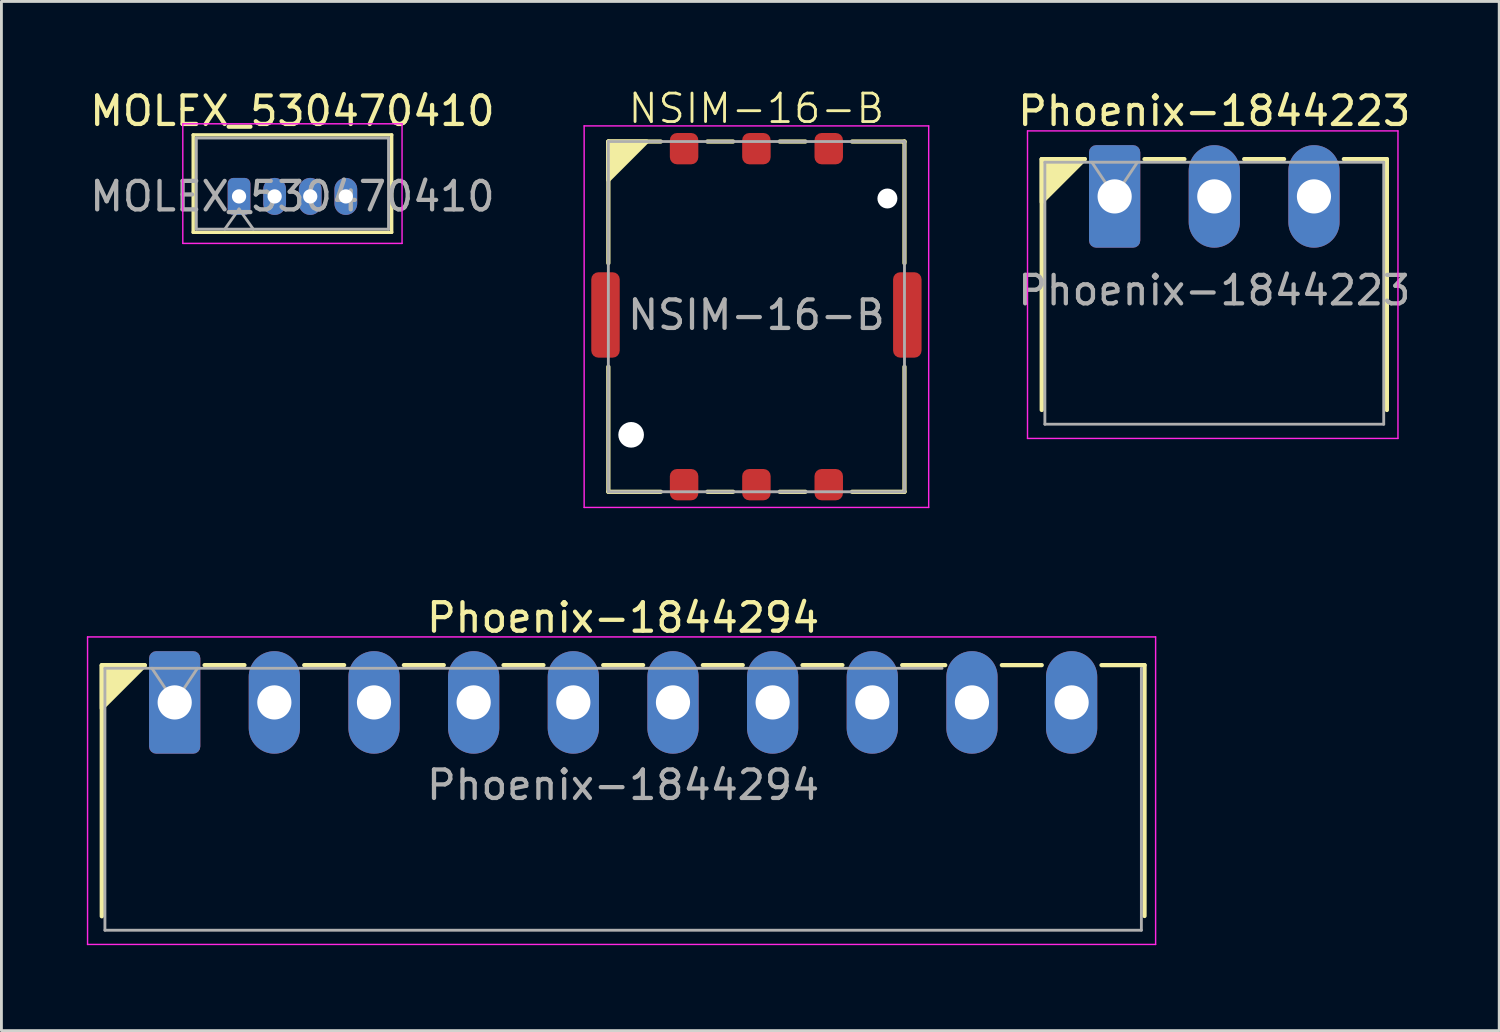
<source format=kicad_pcb>
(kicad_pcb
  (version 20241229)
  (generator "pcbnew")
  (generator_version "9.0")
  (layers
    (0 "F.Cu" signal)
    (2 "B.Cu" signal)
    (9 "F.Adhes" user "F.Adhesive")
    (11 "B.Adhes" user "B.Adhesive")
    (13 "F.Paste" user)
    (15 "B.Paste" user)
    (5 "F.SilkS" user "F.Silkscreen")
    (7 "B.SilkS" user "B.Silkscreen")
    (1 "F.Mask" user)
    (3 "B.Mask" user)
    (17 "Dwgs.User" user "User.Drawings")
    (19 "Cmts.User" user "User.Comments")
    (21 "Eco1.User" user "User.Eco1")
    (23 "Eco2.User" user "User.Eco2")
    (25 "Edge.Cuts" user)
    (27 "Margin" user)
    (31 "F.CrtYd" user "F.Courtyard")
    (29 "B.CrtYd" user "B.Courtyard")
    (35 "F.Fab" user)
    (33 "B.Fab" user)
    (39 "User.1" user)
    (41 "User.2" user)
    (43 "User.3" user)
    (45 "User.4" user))
  (footprint "Phoenix-1844294"
    (layer "F.Cu")
    (at 18.835 21.619)
    (property "Reference" "Phoenix-1844294" (at 0 -2.975 0) (layer "F.SilkS") (effects (font (size 1 1) (thickness 0.15))))
    (attr through_hole)
    (fp_line (start -18.31 -1.31) (end -16.8 -1.31) (stroke (width 0.15) (type solid)) (layer "F.SilkS"))
    (fp_line (start -18.31 -1.3) (end -18.31 7.51) (stroke (width 0.15) (type solid)) (layer "F.SilkS"))
    (fp_line (start -14.7 -1.31) (end -13.3 -1.31) (stroke (width 0.15) (type solid)) (layer "F.SilkS"))
    (fp_line (start -11.2 -1.31) (end -9.8 -1.31) (stroke (width 0.15) (type solid)) (layer "F.SilkS"))
    (fp_line (start -7.7 -1.31) (end -6.3 -1.31) (stroke (width 0.15) (type solid)) (layer "F.SilkS"))
    (fp_line (start -4.2 -1.31) (end -2.8 -1.31) (stroke (width 0.15) (type solid)) (layer "F.SilkS"))
    (fp_line (start -0.7 -1.31) (end 0.7 -1.31) (stroke (width 0.15) (type solid)) (layer "F.SilkS"))
    (fp_line (start 2.8 -1.31) (end 4.2 -1.31) (stroke (width 0.15) (type solid)) (layer "F.SilkS"))
    (fp_line (start 6.3 -1.31) (end 7.7 -1.31) (stroke (width 0.15) (type solid)) (layer "F.SilkS"))
    (fp_line (start 11.31 -1.31) (end 9.8 -1.31) (stroke (width 0.15) (type solid)) (layer "F.SilkS"))
    (fp_line (start 13.3 -1.31) (end 14.7 -1.31) (stroke (width 0.15) (type solid)) (layer "F.SilkS"))
    (fp_line (start 18.31 -1.31) (end 16.8 -1.31) (stroke (width 0.15) (type solid)) (layer "F.SilkS"))
    (fp_line (start 18.31 -1.31) (end 18.31 7.5) (stroke (width 0.15) (type solid)) (layer "F.SilkS"))
    (fp_poly (pts (xy -16.8 -1.3) (xy -18.31 -1.3) (xy -18.31 0.21)) (stroke (width 0.15) (type solid)) (fill yes) (layer "F.SilkS"))
    (fp_line (start -18.81 -2.3) (end -18.81 8.5) (stroke (width 0.05) (type solid)) (layer "F.CrtYd"))
    (fp_line (start -18.81 8.5) (end 18.7 8.5) (stroke (width 0.05) (type solid)) (layer "F.CrtYd"))
    (fp_line (start 18.7 -2.3) (end -18.81 -2.3) (stroke (width 0.05) (type solid)) (layer "F.CrtYd"))
    (fp_line (start 18.7 8.5) (end 18.7 -2.3) (stroke (width 0.05) (type solid)) (layer "F.CrtYd"))
    (fp_line (start -18.2 -1.2) (end -18.2 8) (stroke (width 0.1) (type solid)) (layer "F.Fab"))
    (fp_line (start -18.2 8) (end 18.2 8) (stroke (width 0.1) (type solid)) (layer "F.Fab"))
    (fp_line (start -15.75 0) (end -16.55 -1.2) (stroke (width 0.1) (type solid)) (layer "F.Fab"))
    (fp_line (start -14.95 -1.2) (end -15.75 0) (stroke (width 0.1) (type solid)) (layer "F.Fab"))
    (fp_line (start 11.2 -1.2) (end -18.2 -1.2) (stroke (width 0.1) (type solid)) (layer "F.Fab"))
    (fp_line (start 18.2 8) (end 18.2 -1.2) (stroke (width 0.1) (type solid)) (layer "F.Fab"))
    (fp_text user "${REFERENCE}" (at 0 2.9 0) (layer "F.Fab") (effects (font (size 1 1) (thickness 0.15))))
    (pad "1" thru_hole roundrect (at -15.75 0) (size 1.8 3.6) (drill 1.2) (layers "*.Cu" "*.Mask") (roundrect_rratio 0.139))
    (pad "2" thru_hole oval (at -12.25 0) (size 1.8 3.6) (drill 1.2) (layers "*.Cu" "*.Mask"))
    (pad "3" thru_hole oval (at -8.75 0) (size 1.8 3.6) (drill 1.2) (layers "*.Cu" "*.Mask"))
    (pad "4" thru_hole oval (at -5.25 0) (size 1.8 3.6) (drill 1.2) (layers "*.Cu" "*.Mask"))
    (pad "5" thru_hole oval (at -1.75 0) (size 1.8 3.6) (drill 1.2) (layers "*.Cu" "*.Mask"))
    (pad "6" thru_hole oval (at 1.75 0) (size 1.8 3.6) (drill 1.2) (layers "*.Cu" "*.Mask"))
    (pad "7" thru_hole oval (at 5.25 0) (size 1.8 3.6) (drill 1.2) (layers "*.Cu" "*.Mask"))
    (pad "8" thru_hole oval (at 8.75 0) (size 1.8 3.6) (drill 1.2) (layers "*.Cu" "*.Mask"))
    (pad "9" thru_hole oval (at 12.25 0) (size 1.8 3.6) (drill 1.2) (layers "*.Cu" "*.Mask"))
    (pad "10" thru_hole oval (at 15.75 0) (size 1.8 3.6) (drill 1.2) (layers "*.Cu" "*.Mask")))
  (footprint "Phoenix-1844223"
    (layer "F.Cu")
    (at 39.596 3.848)
    (property "Reference" "Phoenix-1844223" (at 0 -3 0) (layer "F.SilkS") (effects (font (size 1 1) (thickness 0.15))))
    (attr through_hole)
    (fp_line (start -6.06 -1.31) (end -6.06 7.5) (stroke (width 0.15) (type solid)) (layer "F.SilkS"))
    (fp_line (start -6.06 -1.31) (end -4.55 -1.31) (stroke (width 0.15) (type solid)) (layer "F.SilkS"))
    (fp_line (start -2.45 -1.31) (end -1.05 -1.31) (stroke (width 0.15) (type solid)) (layer "F.SilkS"))
    (fp_line (start 1.05 -1.31) (end 2.45 -1.31) (stroke (width 0.15) (type solid)) (layer "F.SilkS"))
    (fp_line (start 6.06 -1.31) (end 4.55 -1.31) (stroke (width 0.15) (type solid)) (layer "F.SilkS"))
    (fp_line (start 6.06 7.5) (end 6.06 -1.31) (stroke (width 0.15) (type solid)) (layer "F.SilkS"))
    (fp_poly (pts (xy -4.55 -1.31) (xy -6.06 -1.31) (xy -6.06 0.2)) (stroke (width 0.15) (type solid)) (fill yes) (layer "F.SilkS"))
    (fp_line (start -6.56 -2.3) (end -6.56 8.5) (stroke (width 0.05) (type solid)) (layer "F.CrtYd"))
    (fp_line (start -6.56 8.5) (end 6.45 8.5) (stroke (width 0.05) (type solid)) (layer "F.CrtYd"))
    (fp_line (start 6.45 -2.3) (end -6.56 -2.3) (stroke (width 0.05) (type solid)) (layer "F.CrtYd"))
    (fp_line (start 6.45 8.5) (end 6.45 -2.3) (stroke (width 0.05) (type solid)) (layer "F.CrtYd"))
    (fp_line (start -5.95 -1.2) (end -5.95 8) (stroke (width 0.1) (type solid)) (layer "F.Fab"))
    (fp_line (start -5.95 8) (end 5.95 8) (stroke (width 0.1) (type solid)) (layer "F.Fab"))
    (fp_line (start -3.5 0) (end -4.3 -1.2) (stroke (width 0.1) (type solid)) (layer "F.Fab"))
    (fp_line (start -2.7 -1.2) (end -3.5 0) (stroke (width 0.1) (type solid)) (layer "F.Fab"))
    (fp_line (start 5.95 -1.2) (end -5.95 -1.2) (stroke (width 0.1) (type solid)) (layer "F.Fab"))
    (fp_line (start 5.95 8) (end 5.95 -1.2) (stroke (width 0.1) (type solid)) (layer "F.Fab"))
    (fp_text user "${REFERENCE}" (at 0 3.3 0) (layer "F.Fab") (effects (font (size 1 1) (thickness 0.15))))
    (pad "1" thru_hole roundrect (at -3.5 0) (size 1.8 3.6) (drill 1.2) (layers "*.Cu" "*.Mask") (roundrect_rratio 0.139))
    (pad "2" thru_hole oval (at 0 0) (size 1.8 3.6) (drill 1.2) (layers "*.Cu" "*.Mask"))
    (pad "3" thru_hole oval (at 3.5 0) (size 1.8 3.6) (drill 1.2) (layers "*.Cu" "*.Mask")))
  (footprint "NSIM-16-B"
    (layer "F.Cu")
    (at 23.515 8.011)
    (property "Reference" "NSIM-16-B" (at 0 -7.25 0) (unlocked yes) (layer "F.SilkS") (effects (font (size 1 1) (thickness 0.1))))
    (attr smd)
    (fp_line (start -5.2 -6.09) (end -3.36 -6.09) (stroke (width 0.15) (type solid)) (layer "F.SilkS"))
    (fp_line (start -5.2 -1.82) (end -5.2 -6.09) (stroke (width 0.15) (type solid)) (layer "F.SilkS"))
    (fp_line (start -5.2 6.21) (end -5.2 1.82) (stroke (width 0.15) (type solid)) (layer "F.SilkS"))
    (fp_line (start -5.2 6.21) (end -3.36 6.21) (stroke (width 0.15) (type solid)) (layer "F.SilkS"))
    (fp_line (start -1.72 -6.09) (end -0.82 -6.09) (stroke (width 0.15) (type solid)) (layer "F.SilkS"))
    (fp_line (start -1.72 6.21) (end -0.82 6.21) (stroke (width 0.15) (type solid)) (layer "F.SilkS"))
    (fp_line (start 0.82 -6.09) (end 1.72 -6.09) (stroke (width 0.15) (type solid)) (layer "F.SilkS"))
    (fp_line (start 0.82 6.21) (end 1.72 6.21) (stroke (width 0.15) (type solid)) (layer "F.SilkS"))
    (fp_line (start 3.36 -6.09) (end 5.2 -6.09) (stroke (width 0.15) (type solid)) (layer "F.SilkS"))
    (fp_line (start 3.36 6.21) (end 5.2 6.21) (stroke (width 0.15) (type solid)) (layer "F.SilkS"))
    (fp_line (start 5.2 -6.09) (end 5.2 -1.82) (stroke (width 0.15) (type solid)) (layer "F.SilkS"))
    (fp_line (start 5.2 1.82) (end 5.2 6.21) (stroke (width 0.15) (type solid)) (layer "F.SilkS"))
    (fp_poly (pts (xy -5.2 -6.09) (xy -5.2 -4.74) (xy -3.85 -6.09)) (stroke (width 0.15) (type solid)) (fill yes) (layer "F.SilkS"))
    (fp_line (start -6.05 -6.64) (end 6.05 -6.64) (stroke (width 0.05) (type solid)) (layer "F.CrtYd"))
    (fp_line (start -6.05 6.76) (end -6.05 -6.64) (stroke (width 0.05) (type solid)) (layer "F.CrtYd"))
    (fp_line (start 6.05 -6.64) (end 6.05 6.76) (stroke (width 0.05) (type solid)) (layer "F.CrtYd"))
    (fp_line (start 6.05 6.76) (end -6.05 6.76) (stroke (width 0.05) (type solid)) (layer "F.CrtYd"))
    (fp_line (start -5.2 -6.09) (end 5.2 -6.09) (stroke (width 0.1) (type solid)) (layer "F.Fab"))
    (fp_line (start -5.2 6.21) (end -5.2 -6.09) (stroke (width 0.1) (type solid)) (layer "F.Fab"))
    (fp_line (start 5.2 -6.09) (end 5.2 6.21) (stroke (width 0.1) (type solid)) (layer "F.Fab"))
    (fp_line (start 5.2 6.21) (end -5.2 6.21) (stroke (width 0.1) (type solid)) (layer "F.Fab"))
    (fp_text user "${REFERENCE}" (at 0 0 0) (unlocked yes) (layer "F.Fab") (effects (font (size 1 1) (thickness 0.15))))
    (pad "" np_thru_hole circle (at -4.4 4.21) (size 0.9 0.9) (drill 0.9) (layers "*.Cu" "*.Mask"))
    (pad "" np_thru_hole circle (at 4.6 -4.09) (size 0.7 0.7) (drill 0.7) (layers "*.Cu" "*.Mask"))
    (pad "C1" smd roundrect (at 2.54 5.96) (size 1 1.1) (layers "F.Cu" "F.Mask" "F.Paste") (roundrect_rratio 0.25))
    (pad "C2" smd roundrect (at 0 5.96) (size 1 1.1) (layers "F.Cu" "F.Mask" "F.Paste") (roundrect_rratio 0.25))
    (pad "C3" smd roundrect (at -2.54 5.96) (size 1 1.1) (layers "F.Cu" "F.Mask" "F.Paste") (roundrect_rratio 0.25))
    (pad "C5" smd roundrect (at 2.54 -5.84) (size 1 1.1) (layers "F.Cu" "F.Mask" "F.Paste") (roundrect_rratio 0.25))
    (pad "C6" smd roundrect (at 0 -5.84) (size 1 1.1) (layers "F.Cu" "F.Mask" "F.Paste") (roundrect_rratio 0.25))
    (pad "C7" smd roundrect (at -2.54 -5.84) (size 1 1.1) (layers "F.Cu" "F.Mask" "F.Paste") (roundrect_rratio 0.25))
    (pad "S" smd roundrect (at -5.3 0) (size 1 3) (layers "F.Cu" "F.Mask" "F.Paste") (roundrect_rratio 0.25))
    (pad "S" smd roundrect (at 5.3 0) (size 1 3) (layers "F.Cu" "F.Mask" "F.Paste") (roundrect_rratio 0.25)))
  (footprint "MOLEX_530470410"
    (layer "F.Cu")
    (at 7.22 3.848)
    (property "Reference" "MOLEX_530470410" (at 0 -3 0) (layer "F.SilkS") (effects (font (size 1 1) (thickness 0.15))))
    (attr through_hole)
    (fp_line (start -3.485 -2.16) (end -3.485 1.26) (stroke (width 0.12) (type solid)) (layer "F.SilkS"))
    (fp_line (start -3.485 1.26) (end 3.485 1.26) (stroke (width 0.12) (type solid)) (layer "F.SilkS"))
    (fp_line (start 3.485 -2.16) (end -3.485 -2.16) (stroke (width 0.12) (type solid)) (layer "F.SilkS"))
    (fp_line (start 3.485 1.26) (end 3.485 -2.16) (stroke (width 0.12) (type solid)) (layer "F.SilkS"))
    (fp_line (start -3.85 -2.55) (end -3.85 1.65) (stroke (width 0.05) (type solid)) (layer "F.CrtYd"))
    (fp_line (start -3.85 1.65) (end 3.85 1.65) (stroke (width 0.05) (type solid)) (layer "F.CrtYd"))
    (fp_line (start 3.85 -2.55) (end -3.85 -2.55) (stroke (width 0.05) (type solid)) (layer "F.CrtYd"))
    (fp_line (start 3.85 1.65) (end 3.85 -2.55) (stroke (width 0.05) (type solid)) (layer "F.CrtYd"))
    (fp_line (start -3.375 -2.05) (end -3.375 1.15) (stroke (width 0.1) (type solid)) (layer "F.Fab"))
    (fp_line (start -3.375 1.15) (end 3.375 1.15) (stroke (width 0.1) (type solid)) (layer "F.Fab"))
    (fp_line (start -2.375 1.15) (end -1.875 0.443) (stroke (width 0.1) (type solid)) (layer "F.Fab"))
    (fp_line (start -1.875 0.443) (end -1.375 1.15) (stroke (width 0.1) (type solid)) (layer "F.Fab"))
    (fp_line (start 3.375 -2.05) (end -3.375 -2.05) (stroke (width 0.1) (type solid)) (layer "F.Fab"))
    (fp_line (start 3.375 1.15) (end 3.375 -2.05) (stroke (width 0.1) (type solid)) (layer "F.Fab"))
    (fp_text user "${REFERENCE}" (at 0 0 0) (layer "F.Fab") (effects (font (size 1 1) (thickness 0.15))))
    (pad "1" thru_hole roundrect (at -1.875 0) (size 0.8 1.3) (drill 0.5) (layers "*.Cu" "*.Mask") (roundrect_rratio 0.25))
    (pad "2" thru_hole oval (at -0.625 0) (size 0.8 1.3) (drill 0.5) (layers "*.Cu" "*.Mask"))
    (pad "3" thru_hole oval (at 0.625 0) (size 0.8 1.3) (drill 0.5) (layers "*.Cu" "*.Mask"))
    (pad "4" thru_hole oval (at 1.875 0) (size 0.8 1.3) (drill 0.5) (layers "*.Cu" "*.Mask")))
  (gr_rect
    (start -3 -3)
    (end 49.602 33.144)
    (stroke (width 0.1) (type default))
    (fill no)
    (layer "Edge.Cuts")))
</source>
